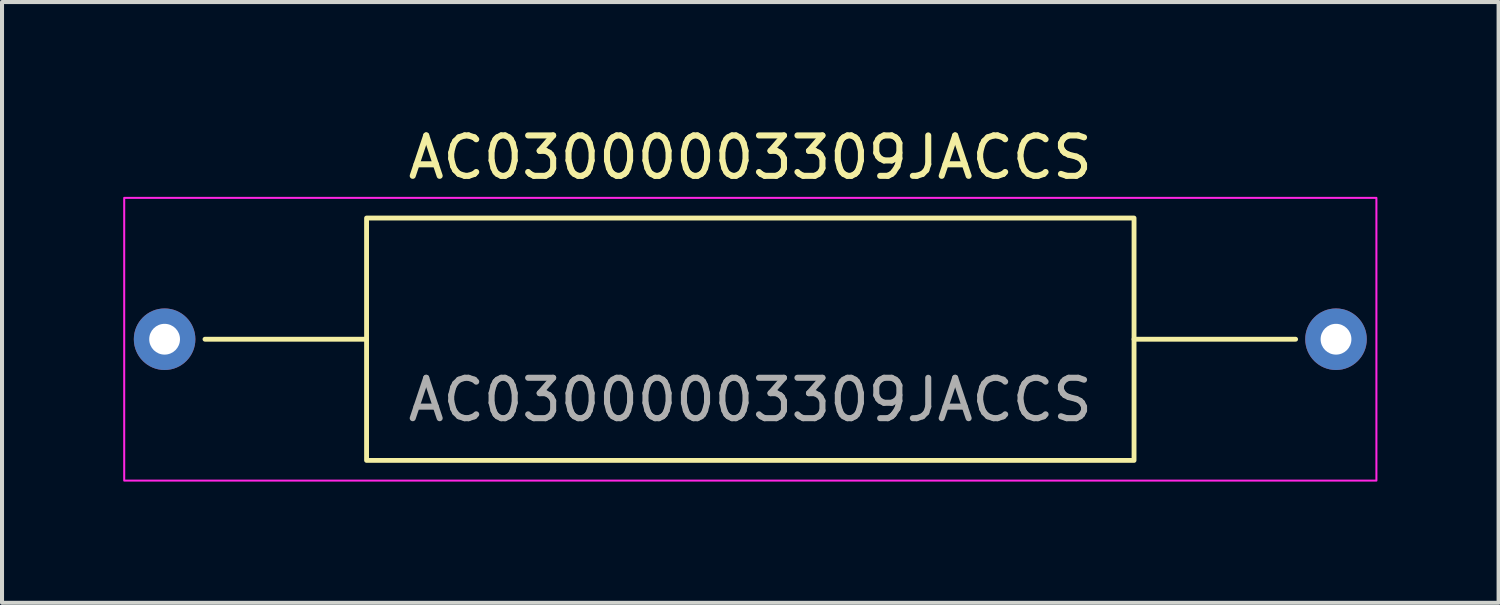
<source format=kicad_pcb>
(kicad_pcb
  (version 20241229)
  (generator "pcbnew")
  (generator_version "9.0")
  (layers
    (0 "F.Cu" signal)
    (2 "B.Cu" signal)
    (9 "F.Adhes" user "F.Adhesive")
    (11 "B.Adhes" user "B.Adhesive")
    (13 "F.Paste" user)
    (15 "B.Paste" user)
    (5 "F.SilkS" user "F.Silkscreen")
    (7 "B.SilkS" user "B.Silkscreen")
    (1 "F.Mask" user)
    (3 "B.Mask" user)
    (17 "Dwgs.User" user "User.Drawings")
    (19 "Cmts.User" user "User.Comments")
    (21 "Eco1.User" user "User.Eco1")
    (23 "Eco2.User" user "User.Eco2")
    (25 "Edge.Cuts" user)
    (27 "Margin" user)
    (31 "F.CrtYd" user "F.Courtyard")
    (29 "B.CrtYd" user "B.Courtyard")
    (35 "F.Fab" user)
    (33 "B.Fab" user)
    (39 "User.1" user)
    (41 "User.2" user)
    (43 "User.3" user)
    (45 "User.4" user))
  (footprint "AC03000003309JACCS"
    (layer "F.Cu")
    (at 15.525 5.348)
    (property "Reference" "AC03000003309JACCS" (at 0 -4.5 0) (unlocked yes) (layer "F.SilkS") (effects (font (size 1 1) (thickness 0.15))))
    (attr through_hole)
    (fp_line (start -9.5 0) (end -13.5 0) (stroke (width 0.12) (type solid)) (layer "F.SilkS"))
    (fp_line (start 9.5 0) (end 13.5 0) (stroke (width 0.12) (type solid)) (layer "F.SilkS"))
    (fp_rect (start -9.5 -3) (end 9.5 3) (stroke (width 0.12) (type solid)) (fill no) (layer "F.SilkS"))
    (fp_rect (start -15.5 -3.5) (end 15.5 3.5) (stroke (width 0.05) (type solid)) (fill no) (layer "F.CrtYd"))
    (fp_text user "${REFERENCE}" (at 0 1.5 0) (unlocked yes) (layer "F.Fab") (effects (font (size 1 1) (thickness 0.15))))
    (pad "1" thru_hole circle (at 14.5 0) (size 1.524 1.524) (drill 0.762) (layers "*.Cu" "*.Mask"))
    (pad "2" thru_hole circle (at -14.5 0) (size 1.524 1.524) (drill 0.762) (layers "*.Cu" "*.Mask")))
  (gr_rect
    (start -3 -3)
    (end 34.05 11.873)
    (stroke (width 0.1) (type default))
    (fill no)
    (layer "Edge.Cuts")))
</source>
